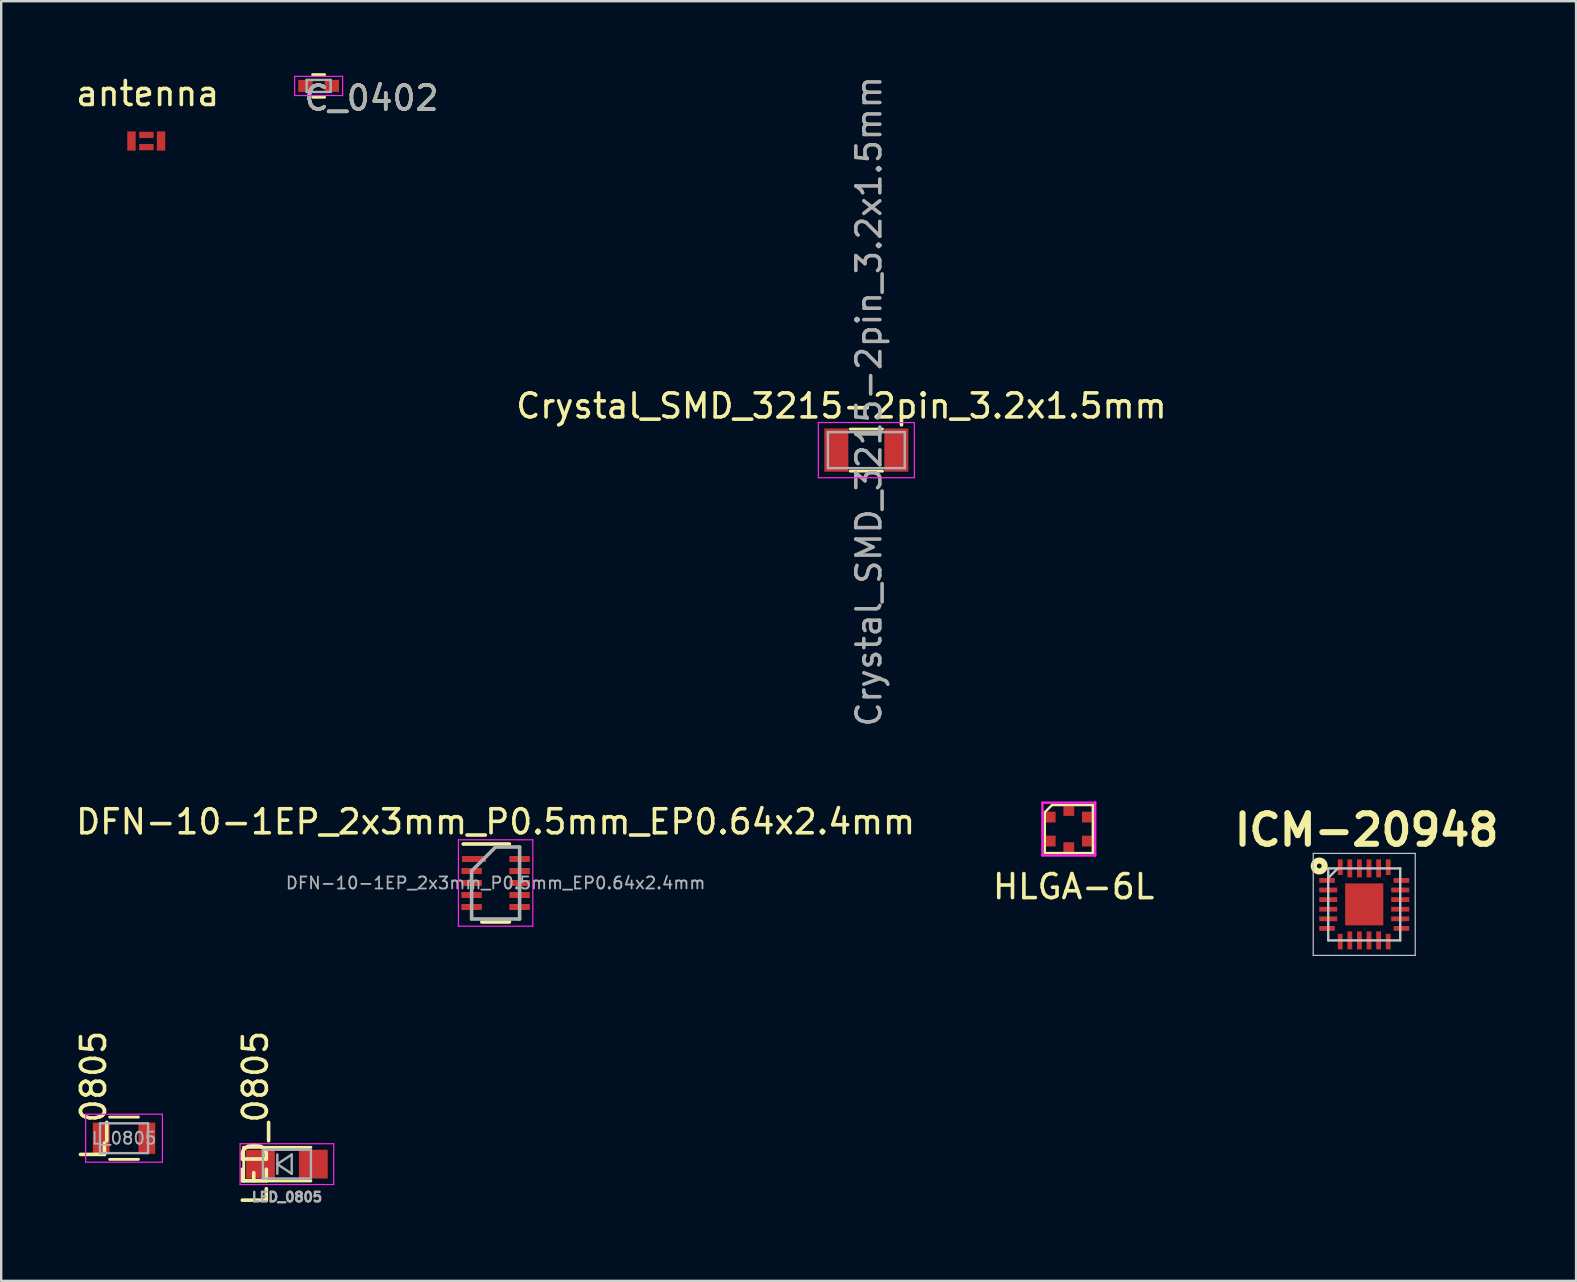
<source format=kicad_pcb>
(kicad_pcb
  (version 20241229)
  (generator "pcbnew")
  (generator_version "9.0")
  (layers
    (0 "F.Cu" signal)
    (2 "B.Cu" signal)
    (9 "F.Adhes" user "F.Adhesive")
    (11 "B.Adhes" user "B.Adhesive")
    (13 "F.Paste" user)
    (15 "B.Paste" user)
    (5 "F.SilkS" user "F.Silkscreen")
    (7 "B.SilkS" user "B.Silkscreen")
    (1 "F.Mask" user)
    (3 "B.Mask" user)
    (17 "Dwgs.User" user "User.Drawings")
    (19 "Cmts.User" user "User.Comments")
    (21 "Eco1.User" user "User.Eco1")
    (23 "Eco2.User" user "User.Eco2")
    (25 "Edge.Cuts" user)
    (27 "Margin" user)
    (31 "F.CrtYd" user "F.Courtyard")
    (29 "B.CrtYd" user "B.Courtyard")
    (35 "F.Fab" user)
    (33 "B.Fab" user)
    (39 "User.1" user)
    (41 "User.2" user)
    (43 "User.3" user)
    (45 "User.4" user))
  (footprint "Crystal_SMD_3215-2pin_3.2x1.5mm"
    (layer "F.Cu")
    (at 33.048 15.705)
    (property "Reference" "Crystal_SMD_3215-2pin_3.2x1.5mm" (at -1.036 -1.841 0) (layer "F.SilkS") (effects (font (size 1 1) (thickness 0.15))))
    (attr smd)
    (fp_line (start -0.675 -0.875) (end 0.675 -0.875) (stroke (width 0.12) (type solid)) (layer "F.SilkS"))
    (fp_line (start -0.675 0.875) (end 0.675 0.875) (stroke (width 0.12) (type solid)) (layer "F.SilkS"))
    (fp_line (start -2 -1.15) (end -2 1.15) (stroke (width 0.05) (type solid)) (layer "F.CrtYd"))
    (fp_line (start -2 -1.15) (end 2 -1.15) (stroke (width 0.05) (type solid)) (layer "F.CrtYd"))
    (fp_line (start -2 1.15) (end 2 1.15) (stroke (width 0.05) (type solid)) (layer "F.CrtYd"))
    (fp_line (start 2 -1.15) (end 2 1.15) (stroke (width 0.05) (type solid)) (layer "F.CrtYd"))
    (fp_line (start -1.6 -0.75) (end -1.6 0.75) (stroke (width 0.1) (type solid)) (layer "F.Fab"))
    (fp_line (start -1.6 -0.75) (end 1.6 -0.75) (stroke (width 0.1) (type solid)) (layer "F.Fab"))
    (fp_line (start -1.6 0.75) (end 1.6 0.75) (stroke (width 0.1) (type solid)) (layer "F.Fab"))
    (fp_line (start 1.6 -0.75) (end 1.6 0.75) (stroke (width 0.1) (type solid)) (layer "F.Fab"))
    (fp_text user "${REFERENCE}" (at 0.107 -2.032 90) (layer "F.Fab") (effects (font (size 1 1) (thickness 0.15))))
    (pad "1" smd rect (at 1.25 0) (size 1 1.8) (layers "F.Cu" "F.Mask" "F.Paste"))
    (pad "2" smd rect (at -1.25 0) (size 1 1.8) (layers "F.Cu" "F.Mask" "F.Paste")))
  (footprint "HLGA-6L"
    (layer "F.Cu")
    (at 41.485 31.495)
    (property "Reference" "HLGA-6L" (at 0.2 2.4 0) (layer "F.SilkS") (effects (font (size 1 1) (thickness 0.15))))
    (attr through_hole)
    (fp_line (start -1 -0.7) (end -0.7 -1) (stroke (width 0.1) (type solid)) (layer "F.SilkS"))
    (fp_line (start -1 0.9) (end -1 -0.7) (stroke (width 0.1) (type solid)) (layer "F.SilkS"))
    (fp_line (start -1 1) (end -1 0.9) (stroke (width 0.1) (type solid)) (layer "F.SilkS"))
    (fp_line (start -0.7 -1) (end 1 -1) (stroke (width 0.1) (type solid)) (layer "F.SilkS"))
    (fp_line (start 1 -1) (end 1 1) (stroke (width 0.1) (type solid)) (layer "F.SilkS"))
    (fp_line (start 1 1) (end -1 1) (stroke (width 0.1) (type solid)) (layer "F.SilkS"))
    (fp_line (start -1.1 -1.1) (end -1.1 1.1) (stroke (width 0.1) (type solid)) (layer "F.CrtYd"))
    (fp_line (start -1.1 1.1) (end 1.1 1.1) (stroke (width 0.1) (type solid)) (layer "F.CrtYd"))
    (fp_line (start 1.1 -1.1) (end -1.1 -1.1) (stroke (width 0.1) (type solid)) (layer "F.CrtYd"))
    (fp_line (start 1.1 1.1) (end 1.1 -1.1) (stroke (width 0.1) (type solid)) (layer "F.CrtYd"))
    (pad "1" smd rect (at -0.75 -0.5) (size 0.4 0.45) (layers "F.Cu" "F.Mask" "F.Paste"))
    (pad "2" smd rect (at -0.75 0.5) (size 0.4 0.45) (layers "F.Cu" "F.Mask" "F.Paste"))
    (pad "3" smd rect (at 0 0.75) (size 0.45 0.4) (layers "F.Cu" "F.Mask" "F.Paste"))
    (pad "4" smd rect (at 0.75 0.5) (size 0.4 0.45) (layers "F.Cu" "F.Mask" "F.Paste"))
    (pad "5" smd rect (at 0.75 -0.5) (size 0.4 0.45) (layers "F.Cu" "F.Mask" "F.Paste"))
    (pad "6" smd rect (at 0 -0.75) (size 0.45 0.4) (layers "F.Cu" "F.Mask" "F.Paste")))
  (footprint "DFN-10-1EP_2x3mm_P0.5mm_EP0.64x2.4mm"
    (layer "F.Cu")
    (at 17.601 33.743)
    (property "Reference" "DFN-10-1EP_2x3mm_P0.5mm_EP0.64x2.4mm" (at 0 -2.55 0) (layer "F.SilkS") (effects (font (size 1 1) (thickness 0.15))))
    (attr smd)
    (fp_line (start -1.35 -1.625) (end 0.575 -1.625) (stroke (width 0.15) (type solid)) (layer "F.SilkS"))
    (fp_line (start -0.575 1.625) (end 0.575 1.625) (stroke (width 0.15) (type solid)) (layer "F.SilkS"))
    (fp_line (start -1.55 -1.8) (end -1.55 1.8) (stroke (width 0.05) (type solid)) (layer "F.CrtYd"))
    (fp_line (start -1.55 -1.8) (end 1.55 -1.8) (stroke (width 0.05) (type solid)) (layer "F.CrtYd"))
    (fp_line (start -1.55 1.8) (end 1.55 1.8) (stroke (width 0.05) (type solid)) (layer "F.CrtYd"))
    (fp_line (start 1.55 -1.8) (end 1.55 1.8) (stroke (width 0.05) (type solid)) (layer "F.CrtYd"))
    (fp_line (start -1 -0.5) (end 0 -1.5) (stroke (width 0.15) (type solid)) (layer "F.Fab"))
    (fp_line (start -1 1.5) (end -1 -0.5) (stroke (width 0.15) (type solid)) (layer "F.Fab"))
    (fp_line (start 0 -1.5) (end 1 -1.5) (stroke (width 0.15) (type solid)) (layer "F.Fab"))
    (fp_line (start 1 -1.5) (end 1 1.5) (stroke (width 0.15) (type solid)) (layer "F.Fab"))
    (fp_line (start 1 1.5) (end -1 1.5) (stroke (width 0.15) (type solid)) (layer "F.Fab"))
    (fp_text user "${REFERENCE}" (at 0 0 0) (layer "F.Fab") (effects (font (size 0.5 0.5) (thickness 0.075))))
    (pad "1" smd rect (at -0.9 -1) (size 1 0.25) (layers "F.Cu" "F.Mask" "F.Paste"))
    (pad "2" smd rect (at -1 -0.5) (size 0.85 0.25) (layers "F.Cu" "F.Mask" "F.Paste"))
    (pad "3" smd rect (at -1 0) (size 0.85 0.25) (layers "F.Cu" "F.Mask" "F.Paste"))
    (pad "4" smd rect (at -1 0.5) (size 0.85 0.25) (layers "F.Cu" "F.Mask" "F.Paste"))
    (pad "5" smd rect (at -1 1) (size 0.85 0.25) (layers "F.Cu" "F.Mask" "F.Paste"))
    (pad "6" smd rect (at 1 1) (size 0.85 0.25) (layers "F.Cu" "F.Mask" "F.Paste"))
    (pad "7" smd rect (at 1 0.5) (size 0.85 0.25) (layers "F.Cu" "F.Mask" "F.Paste"))
    (pad "8" smd rect (at 1 0) (size 0.85 0.25) (layers "F.Cu" "F.Mask" "F.Paste"))
    (pad "9" smd rect (at 1 -0.5) (size 0.85 0.25) (layers "F.Cu" "F.Mask" "F.Paste"))
    (pad "10" smd rect (at 1 -1) (size 0.85 0.25) (layers "F.Cu" "F.Mask" "F.Paste")))
  (footprint "ICM-20948"
    (layer "F.Cu")
    (at 53.794 34.634)
    (property "Reference" "ICM-20948" (at 0.1 -3.1 0) (layer "F.SilkS") (effects (font (size 1.27 1.27) (thickness 0.254))))
    (attr smd)
    (fp_circle (center -1.875 -1.6) (end -1.775 -1.6) (stroke (width 0.254) (type solid)) (fill no) (layer "F.SilkS"))
    (fp_line (start -2.125 -2.125) (end 2.125 -2.125) (stroke (width 0.05) (type solid)) (layer "Dwgs.User"))
    (fp_line (start -2.125 2.125) (end -2.125 -2.125) (stroke (width 0.05) (type solid)) (layer "Dwgs.User"))
    (fp_line (start -1.5 -1.5) (end 1.5 -1.5) (stroke (width 0.1) (type solid)) (layer "Dwgs.User"))
    (fp_line (start -1.5 -1.1) (end -1.1 -1.5) (stroke (width 0.1) (type solid)) (layer "Dwgs.User"))
    (fp_line (start -1.5 1.5) (end -1.5 -1.5) (stroke (width 0.1) (type solid)) (layer "Dwgs.User"))
    (fp_line (start 1.5 -1.5) (end 1.5 1.5) (stroke (width 0.1) (type solid)) (layer "Dwgs.User"))
    (fp_line (start 1.5 1.5) (end -1.5 1.5) (stroke (width 0.1) (type solid)) (layer "Dwgs.User"))
    (fp_line (start 2.125 -2.125) (end 2.125 2.125) (stroke (width 0.05) (type solid)) (layer "Dwgs.User"))
    (fp_line (start 2.125 2.125) (end -2.125 2.125) (stroke (width 0.05) (type solid)) (layer "Dwgs.User"))
    (pad "1" smd rect (at -1.55 -1 90) (size 0.2 0.65) (layers "F.Cu" "F.Mask" "F.Paste"))
    (pad "2" smd rect (at -1.5 -0.6 90) (size 0.2 0.75) (layers "F.Cu" "F.Mask" "F.Paste"))
    (pad "3" smd rect (at -1.5 -0.2 90) (size 0.2 0.75) (layers "F.Cu" "F.Mask" "F.Paste"))
    (pad "4" smd rect (at -1.5 0.2 90) (size 0.2 0.75) (layers "F.Cu" "F.Mask" "F.Paste"))
    (pad "5" smd rect (at -1.5 0.6 90) (size 0.2 0.75) (layers "F.Cu" "F.Mask" "F.Paste"))
    (pad "6" smd rect (at -1.55 1 90) (size 0.2 0.65) (layers "F.Cu" "F.Mask"))
    (pad "7" smd rect (at -1 1.55) (size 0.2 0.65) (layers "F.Cu" "F.Mask" "F.Paste"))
    (pad "8" smd rect (at -0.6 1.5) (size 0.2 0.75) (layers "F.Cu" "F.Mask" "F.Paste"))
    (pad "9" smd rect (at -0.2 1.5) (size 0.2 0.75) (layers "F.Cu" "F.Mask" "F.Paste"))
    (pad "10" smd rect (at 0.2 1.5) (size 0.2 0.75) (layers "F.Cu" "F.Mask" "F.Paste"))
    (pad "11" smd rect (at 0.6 1.5) (size 0.2 0.75) (layers "F.Cu" "F.Mask" "F.Paste"))
    (pad "12" smd rect (at 1 1.55) (size 0.2 0.65) (layers "F.Cu" "F.Mask" "F.Paste"))
    (pad "13" smd rect (at 1.55 1 90) (size 0.2 0.65) (layers "F.Cu" "F.Mask" "F.Paste"))
    (pad "14" smd rect (at 1.5 0.6 90) (size 0.2 0.75) (layers "F.Cu" "F.Mask" "F.Paste"))
    (pad "15" smd rect (at 1.5 0.2 90) (size 0.2 0.75) (layers "F.Cu" "F.Mask" "F.Paste"))
    (pad "16" smd rect (at 1.5 -0.2 90) (size 0.2 0.75) (layers "F.Cu" "F.Mask" "F.Paste"))
    (pad "17" smd rect (at 1.5 -0.6 90) (size 0.2 0.75) (layers "F.Cu" "F.Mask" "F.Paste"))
    (pad "18" smd rect (at 1.55 -1 90) (size 0.2 0.65) (layers "F.Cu" "F.Mask" "F.Paste"))
    (pad "19" smd rect (at 1 -1.55) (size 0.2 0.65) (layers "F.Cu" "F.Mask" "F.Paste"))
    (pad "20" smd rect (at 0.6 -1.5) (size 0.2 0.75) (layers "F.Cu" "F.Mask" "F.Paste"))
    (pad "21" smd rect (at 0.2 -1.5) (size 0.2 0.75) (layers "F.Cu" "F.Mask" "F.Paste"))
    (pad "22" smd rect (at -0.2 -1.5) (size 0.2 0.75) (layers "F.Cu" "F.Mask" "F.Paste"))
    (pad "23" smd rect (at -0.6 -1.5) (size 0.2 0.75) (layers "F.Cu" "F.Mask" "F.Paste"))
    (pad "24" smd rect (at -1 -1.55) (size 0.2 0.65) (layers "F.Cu" "F.Mask" "F.Paste"))
    (pad "25" smd rect (at 0 0) (size 1.59 1.75) (layers "F.Cu" "F.Mask" "F.Paste")))
  (footprint "LED_0805"
    (layer "F.Cu")
    (at 8.905 45.457)
    (property "Reference" "LED_0805" (at -1.313 -1.905 90) (layer "F.SilkS") (effects (font (size 1 1) (thickness 0.15))))
    (attr smd)
    (fp_line (start -1.8 -0.7) (end -1.8 0.7) (stroke (width 0.12) (type solid)) (layer "F.SilkS"))
    (fp_line (start -1.8 -0.7) (end 1 -0.7) (stroke (width 0.12) (type solid)) (layer "F.SilkS"))
    (fp_line (start -1.8 0.7) (end 1 0.7) (stroke (width 0.12) (type solid)) (layer "F.SilkS"))
    (fp_line (start -1.95 -0.85) (end 1.95 -0.85) (stroke (width 0.05) (type solid)) (layer "F.CrtYd"))
    (fp_line (start -1.95 0.85) (end -1.95 -0.85) (stroke (width 0.05) (type solid)) (layer "F.CrtYd"))
    (fp_line (start 1.95 -0.85) (end 1.95 0.85) (stroke (width 0.05) (type solid)) (layer "F.CrtYd"))
    (fp_line (start 1.95 0.85) (end -1.95 0.85) (stroke (width 0.05) (type solid)) (layer "F.CrtYd"))
    (fp_line (start -1 -0.6) (end 1 -0.6) (stroke (width 0.1) (type solid)) (layer "F.Fab"))
    (fp_line (start -1 0.6) (end -1 -0.6) (stroke (width 0.1) (type solid)) (layer "F.Fab"))
    (fp_line (start -0.4 -0.4) (end -0.4 0.4) (stroke (width 0.1) (type solid)) (layer "F.Fab"))
    (fp_line (start -0.4 0) (end 0.2 -0.4) (stroke (width 0.1) (type solid)) (layer "F.Fab"))
    (fp_line (start 0.2 -0.4) (end 0.2 0.4) (stroke (width 0.1) (type solid)) (layer "F.Fab"))
    (fp_line (start 0.2 0.4) (end -0.4 0) (stroke (width 0.1) (type solid)) (layer "F.Fab"))
    (fp_line (start 1 -0.6) (end 1 0.6) (stroke (width 0.1) (type solid)) (layer "F.Fab"))
    (fp_line (start 1 0.6) (end -1 0.6) (stroke (width 0.1) (type solid)) (layer "F.Fab"))
    (fp_text user "${REFERENCE}" (at 0 1.372 0) (layer "F.Fab") (effects (font (size 0.4 0.4) (thickness 0.1))))
    (pad "1" smd rect (at -1.1 0 180) (size 1.2 1.2) (layers "F.Cu" "F.Mask" "F.Paste"))
    (pad "2" smd rect (at 1.1 0 180) (size 1.2 1.2) (layers "F.Cu" "F.Mask" "F.Paste")))
  (footprint "L_0805"
    (layer "F.Cu")
    (at 2.118 44.377)
    (property "Reference" "L_0805" (at -1.27 -1.778 90) (layer "F.SilkS") (effects (font (size 1 1) (thickness 0.15))))
    (attr smd)
    (fp_line (start -0.6 -0.88) (end 0.6 -0.88) (stroke (width 0.12) (type solid)) (layer "F.SilkS"))
    (fp_line (start 0.6 0.88) (end -0.6 0.88) (stroke (width 0.12) (type solid)) (layer "F.SilkS"))
    (fp_line (start -1.6 -1) (end -1.6 1) (stroke (width 0.05) (type solid)) (layer "F.CrtYd"))
    (fp_line (start -1.6 -1) (end 1.6 -1) (stroke (width 0.05) (type solid)) (layer "F.CrtYd"))
    (fp_line (start -1.6 1) (end 1.6 1) (stroke (width 0.05) (type solid)) (layer "F.CrtYd"))
    (fp_line (start 1.6 -1) (end 1.6 1) (stroke (width 0.05) (type solid)) (layer "F.CrtYd"))
    (fp_line (start -1 -0.62) (end 1 -0.62) (stroke (width 0.1) (type solid)) (layer "F.Fab"))
    (fp_line (start -1 0.62) (end -1 -0.62) (stroke (width 0.1) (type solid)) (layer "F.Fab"))
    (fp_line (start 1 -0.62) (end 1 0.62) (stroke (width 0.1) (type solid)) (layer "F.Fab"))
    (fp_line (start 1 0.62) (end -1 0.62) (stroke (width 0.1) (type solid)) (layer "F.Fab"))
    (fp_text user "${REFERENCE}" (at 0 0 0) (layer "F.Fab") (effects (font (size 0.5 0.5) (thickness 0.075))))
    (pad "1" smd rect (at -0.95 0) (size 0.7 1.3) (layers "F.Cu" "F.Mask" "F.Paste"))
    (pad "2" smd rect (at 0.95 0) (size 0.7 1.3) (layers "F.Cu" "F.Mask" "F.Paste")))
  (footprint "C_0402"
    (layer "F.Cu")
    (at 10.227 0.53)
    (property "Reference" "C_0402" (at 2.201 0.508 0) (layer "F.SilkS") (effects (font (size 1 1) (thickness 0.15))))
    (attr smd)
    (fp_line (start -0.25 0.47) (end 0.25 0.47) (stroke (width 0.12) (type solid)) (layer "F.SilkS"))
    (fp_line (start 0.25 -0.47) (end -0.25 -0.47) (stroke (width 0.12) (type solid)) (layer "F.SilkS"))
    (fp_line (start -1 -0.4) (end -1 0.4) (stroke (width 0.05) (type solid)) (layer "F.CrtYd"))
    (fp_line (start -1 -0.4) (end 1 -0.4) (stroke (width 0.05) (type solid)) (layer "F.CrtYd"))
    (fp_line (start 1 0.4) (end -1 0.4) (stroke (width 0.05) (type solid)) (layer "F.CrtYd"))
    (fp_line (start 1 0.4) (end 1 -0.4) (stroke (width 0.05) (type solid)) (layer "F.CrtYd"))
    (fp_line (start -0.5 -0.25) (end 0.5 -0.25) (stroke (width 0.1) (type solid)) (layer "F.Fab"))
    (fp_line (start -0.5 0.25) (end -0.5 -0.25) (stroke (width 0.1) (type solid)) (layer "F.Fab"))
    (fp_line (start 0.5 -0.25) (end 0.5 0.25) (stroke (width 0.1) (type solid)) (layer "F.Fab"))
    (fp_line (start 0.5 0.25) (end -0.5 0.25) (stroke (width 0.1) (type solid)) (layer "F.Fab"))
    (fp_text user "${REFERENCE}" (at 2.201 0.508 0) (layer "F.Fab") (effects (font (size 1 1) (thickness 0.15))))
    (pad "1" smd rect (at -0.55 0) (size 0.6 0.5) (layers "F.Cu" "F.Mask" "F.Paste"))
    (pad "2" smd rect (at 0.55 0) (size 0.6 0.5) (layers "F.Cu" "F.Mask" "F.Paste")))
  (footprint "antenna"
    (layer "F.Cu")
    (at 3.05 2.787)
    (property "Reference" "antenna" (at 0.051 -1.938 0) (layer "F.SilkS") (effects (font (size 1 1) (thickness 0.15))))
    (attr through_hole)
    (pad "1" smd rect (at -0.622 0.038 90) (size 0.8 0.35) (layers "F.Cu" "F.Mask" "F.Paste"))
    (pad "2" smd rect (at 0 -0.216) (size 0.6 0.26) (layers "F.Cu" "F.Mask" "F.Paste"))
    (pad "3" smd rect (at 0 0.292) (size 0.6 0.26) (layers "F.Cu" "F.Mask" "F.Paste"))
    (pad "4" smd rect (at 0.61 0.038 90) (size 0.8 0.35) (layers "F.Cu" "F.Mask" "F.Paste")))
  (gr_rect
    (start -3 -3)
    (end 62.621 50.32)
    (stroke (width 0.1) (type default))
    (fill no)
    (layer "Edge.Cuts")))
</source>
